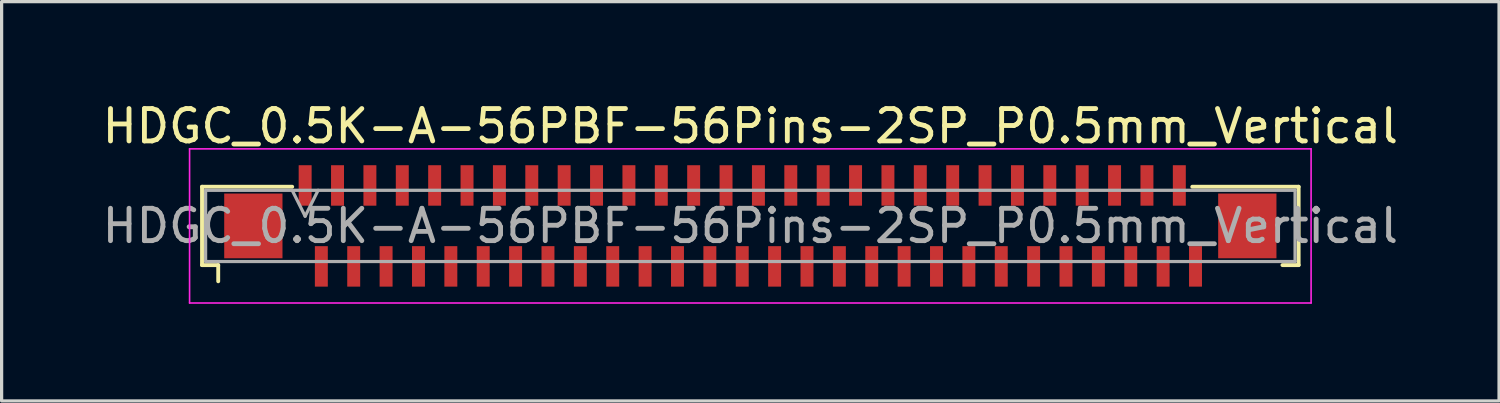
<source format=kicad_pcb>
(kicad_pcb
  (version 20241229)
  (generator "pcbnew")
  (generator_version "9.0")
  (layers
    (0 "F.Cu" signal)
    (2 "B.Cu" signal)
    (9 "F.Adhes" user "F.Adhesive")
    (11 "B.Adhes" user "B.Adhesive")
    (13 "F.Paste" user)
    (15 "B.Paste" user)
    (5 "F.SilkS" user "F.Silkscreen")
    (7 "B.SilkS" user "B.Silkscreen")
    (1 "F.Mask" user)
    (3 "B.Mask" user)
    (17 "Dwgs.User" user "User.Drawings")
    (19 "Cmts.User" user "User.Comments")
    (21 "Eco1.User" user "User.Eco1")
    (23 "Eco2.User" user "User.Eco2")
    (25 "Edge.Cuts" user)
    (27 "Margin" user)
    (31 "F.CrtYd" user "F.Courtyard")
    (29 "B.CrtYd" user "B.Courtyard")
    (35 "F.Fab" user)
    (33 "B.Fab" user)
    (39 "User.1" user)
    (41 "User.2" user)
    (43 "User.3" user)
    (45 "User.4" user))
  (footprint "HDGC_0.5K-A-56PBF-56Pins-2SP_P0.5mm_Vertical"
    (layer "F.Cu")
    (at 20.125 3.928)
    (property "Reference" "HDGC_0.5K-A-56PBF-56Pins-2SP_P0.5mm_Vertical" (at 0 -3.08 0) (layer "F.SilkS") (effects (font (size 1 1) (thickness 0.15))))
    (attr smd)
    (fp_line (start -16.935 -1.21) (end -14.15 -1.21) (stroke (width 0.12) (type solid)) (layer "F.SilkS"))
    (fp_line (start -16.935 1.21) (end -16.935 -1.21) (stroke (width 0.12) (type solid)) (layer "F.SilkS"))
    (fp_line (start -16.435 1.21) (end -16.935 1.21) (stroke (width 0.12) (type solid)) (layer "F.SilkS"))
    (fp_line (start -16.435 1.71) (end -16.435 1.21) (stroke (width 0.12) (type solid)) (layer "F.SilkS"))
    (fp_line (start 16.435 1.21) (end 16.935 1.21) (stroke (width 0.12) (type solid)) (layer "F.SilkS"))
    (fp_line (start 16.935 -1.21) (end 13.65 -1.21) (stroke (width 0.12) (type solid)) (layer "F.SilkS"))
    (fp_line (start 16.935 1.21) (end 16.935 -1.21) (stroke (width 0.12) (type solid)) (layer "F.SilkS"))
    (fp_line (start -17.32 -2.38) (end 17.32 -2.38) (stroke (width 0.05) (type solid)) (layer "F.CrtYd"))
    (fp_line (start -17.32 2.38) (end -17.32 -2.38) (stroke (width 0.05) (type solid)) (layer "F.CrtYd"))
    (fp_line (start 17.32 -2.38) (end 17.32 2.38) (stroke (width 0.05) (type solid)) (layer "F.CrtYd"))
    (fp_line (start 17.32 2.38) (end -17.32 2.38) (stroke (width 0.05) (type solid)) (layer "F.CrtYd"))
    (fp_line (start -16.825 -1.1) (end -16.825 1.1) (stroke (width 0.1) (type solid)) (layer "F.Fab"))
    (fp_line (start -16.825 1.1) (end 16.825 1.1) (stroke (width 0.1) (type solid)) (layer "F.Fab"))
    (fp_line (start -14.15 -1.1) (end -13.75 -0.3) (stroke (width 0.1) (type solid)) (layer "F.Fab"))
    (fp_line (start -13.75 -0.3) (end -13.35 -1.1) (stroke (width 0.1) (type solid)) (layer "F.Fab"))
    (fp_line (start 16.825 -1.1) (end -16.825 -1.1) (stroke (width 0.1) (type solid)) (layer "F.Fab"))
    (fp_line (start 16.825 1.1) (end 16.825 -1.1) (stroke (width 0.1) (type solid)) (layer "F.Fab"))
    (fp_text user "${REFERENCE}" (at 0 0 0) (layer "F.Fab") (effects (font (size 1 1) (thickness 0.15))))
    (pad "1" smd rect (at -13.75 -1.25) (size 0.4 1.25) (layers "F.Cu" "F.Mask" "F.Paste"))
    (pad "2" smd rect (at -13.25 1.25) (size 0.4 1.25) (layers "F.Cu" "F.Mask" "F.Paste"))
    (pad "3" smd rect (at -12.75 -1.25) (size 0.4 1.25) (layers "F.Cu" "F.Mask" "F.Paste"))
    (pad "4" smd rect (at -12.25 1.25) (size 0.4 1.25) (layers "F.Cu" "F.Mask" "F.Paste"))
    (pad "5" smd rect (at -11.75 -1.25) (size 0.4 1.25) (layers "F.Cu" "F.Mask" "F.Paste"))
    (pad "6" smd rect (at -11.25 1.25) (size 0.4 1.25) (layers "F.Cu" "F.Mask" "F.Paste"))
    (pad "7" smd rect (at -10.75 -1.25) (size 0.4 1.25) (layers "F.Cu" "F.Mask" "F.Paste"))
    (pad "8" smd rect (at -10.25 1.25) (size 0.4 1.25) (layers "F.Cu" "F.Mask" "F.Paste"))
    (pad "9" smd rect (at -9.75 -1.25) (size 0.4 1.25) (layers "F.Cu" "F.Mask" "F.Paste"))
    (pad "10" smd rect (at -9.25 1.25) (size 0.4 1.25) (layers "F.Cu" "F.Mask" "F.Paste"))
    (pad "11" smd rect (at -8.75 -1.25) (size 0.4 1.25) (layers "F.Cu" "F.Mask" "F.Paste"))
    (pad "12" smd rect (at -8.25 1.25) (size 0.4 1.25) (layers "F.Cu" "F.Mask" "F.Paste"))
    (pad "13" smd rect (at -7.75 -1.25) (size 0.4 1.25) (layers "F.Cu" "F.Mask" "F.Paste"))
    (pad "14" smd rect (at -7.25 1.25) (size 0.4 1.25) (layers "F.Cu" "F.Mask" "F.Paste"))
    (pad "15" smd rect (at -6.75 -1.25) (size 0.4 1.25) (layers "F.Cu" "F.Mask" "F.Paste"))
    (pad "16" smd rect (at -6.25 1.25) (size 0.4 1.25) (layers "F.Cu" "F.Mask" "F.Paste"))
    (pad "17" smd rect (at -5.75 -1.25) (size 0.4 1.25) (layers "F.Cu" "F.Mask" "F.Paste"))
    (pad "18" smd rect (at -5.25 1.25) (size 0.4 1.25) (layers "F.Cu" "F.Mask" "F.Paste"))
    (pad "19" smd rect (at -4.75 -1.25) (size 0.4 1.25) (layers "F.Cu" "F.Mask" "F.Paste"))
    (pad "20" smd rect (at -4.25 1.25) (size 0.4 1.25) (layers "F.Cu" "F.Mask" "F.Paste"))
    (pad "21" smd rect (at -3.75 -1.25) (size 0.4 1.25) (layers "F.Cu" "F.Mask" "F.Paste"))
    (pad "22" smd rect (at -3.25 1.25) (size 0.4 1.25) (layers "F.Cu" "F.Mask" "F.Paste"))
    (pad "23" smd rect (at -2.75 -1.25) (size 0.4 1.25) (layers "F.Cu" "F.Mask" "F.Paste"))
    (pad "24" smd rect (at -2.25 1.25) (size 0.4 1.25) (layers "F.Cu" "F.Mask" "F.Paste"))
    (pad "25" smd rect (at -1.75 -1.25) (size 0.4 1.25) (layers "F.Cu" "F.Mask" "F.Paste"))
    (pad "26" smd rect (at -1.25 1.25) (size 0.4 1.25) (layers "F.Cu" "F.Mask" "F.Paste"))
    (pad "27" smd rect (at -0.75 -1.25) (size 0.4 1.25) (layers "F.Cu" "F.Mask" "F.Paste"))
    (pad "28" smd rect (at -0.25 1.25) (size 0.4 1.25) (layers "F.Cu" "F.Mask" "F.Paste"))
    (pad "29" smd rect (at 0.25 -1.25) (size 0.4 1.25) (layers "F.Cu" "F.Mask" "F.Paste"))
    (pad "30" smd rect (at 0.75 1.25) (size 0.4 1.25) (layers "F.Cu" "F.Mask" "F.Paste"))
    (pad "31" smd rect (at 1.25 -1.25) (size 0.4 1.25) (layers "F.Cu" "F.Mask" "F.Paste"))
    (pad "32" smd rect (at 1.75 1.25) (size 0.4 1.25) (layers "F.Cu" "F.Mask" "F.Paste"))
    (pad "33" smd rect (at 2.25 -1.25) (size 0.4 1.25) (layers "F.Cu" "F.Mask" "F.Paste"))
    (pad "34" smd rect (at 2.75 1.25) (size 0.4 1.25) (layers "F.Cu" "F.Mask" "F.Paste"))
    (pad "35" smd rect (at 3.25 -1.25) (size 0.4 1.25) (layers "F.Cu" "F.Mask" "F.Paste"))
    (pad "36" smd rect (at 3.75 1.25) (size 0.4 1.25) (layers "F.Cu" "F.Mask" "F.Paste"))
    (pad "37" smd rect (at 4.25 -1.25) (size 0.4 1.25) (layers "F.Cu" "F.Mask" "F.Paste"))
    (pad "38" smd rect (at 4.75 1.25) (size 0.4 1.25) (layers "F.Cu" "F.Mask" "F.Paste"))
    (pad "39" smd rect (at 5.25 -1.25) (size 0.4 1.25) (layers "F.Cu" "F.Mask" "F.Paste"))
    (pad "40" smd rect (at 5.75 1.25) (size 0.4 1.25) (layers "F.Cu" "F.Mask" "F.Paste"))
    (pad "41" smd rect (at 6.25 -1.25) (size 0.4 1.25) (layers "F.Cu" "F.Mask" "F.Paste"))
    (pad "42" smd rect (at 6.75 1.25) (size 0.4 1.25) (layers "F.Cu" "F.Mask" "F.Paste"))
    (pad "43" smd rect (at 7.25 -1.25) (size 0.4 1.25) (layers "F.Cu" "F.Mask" "F.Paste"))
    (pad "44" smd rect (at 7.75 1.25) (size 0.4 1.25) (layers "F.Cu" "F.Mask" "F.Paste"))
    (pad "45" smd rect (at 8.25 -1.25) (size 0.4 1.25) (layers "F.Cu" "F.Mask" "F.Paste"))
    (pad "46" smd rect (at 8.75 1.25) (size 0.4 1.25) (layers "F.Cu" "F.Mask" "F.Paste"))
    (pad "47" smd rect (at 9.25 -1.25) (size 0.4 1.25) (layers "F.Cu" "F.Mask" "F.Paste"))
    (pad "48" smd rect (at 9.75 1.25) (size 0.4 1.25) (layers "F.Cu" "F.Mask" "F.Paste"))
    (pad "49" smd rect (at 10.25 -1.25) (size 0.4 1.25) (layers "F.Cu" "F.Mask" "F.Paste"))
    (pad "50" smd rect (at 10.75 1.25) (size 0.4 1.25) (layers "F.Cu" "F.Mask" "F.Paste"))
    (pad "51" smd rect (at 11.25 -1.25) (size 0.4 1.25) (layers "F.Cu" "F.Mask" "F.Paste"))
    (pad "52" smd rect (at 11.75 1.25) (size 0.4 1.25) (layers "F.Cu" "F.Mask" "F.Paste"))
    (pad "53" smd rect (at 12.25 -1.25) (size 0.4 1.25) (layers "F.Cu" "F.Mask" "F.Paste"))
    (pad "54" smd rect (at 12.75 1.25) (size 0.4 1.25) (layers "F.Cu" "F.Mask" "F.Paste"))
    (pad "55" smd rect (at 13.25 -1.25) (size 0.4 1.25) (layers "F.Cu" "F.Mask" "F.Paste"))
    (pad "56" smd rect (at 13.75 1.25) (size 0.4 1.25) (layers "F.Cu" "F.Mask" "F.Paste"))
    (pad "MP" smd rect (at -15.35 0) (size 1.8 2) (layers "F.Cu" "F.Mask" "F.Paste"))
    (pad "MP" smd rect (at 15.35 0) (size 1.8 2) (layers "F.Cu" "F.Mask" "F.Paste")))
  (gr_rect
    (start -3 -3)
    (end 43.25 9.333)
    (stroke (width 0.1) (type default))
    (fill no)
    (layer "Edge.Cuts")))
</source>
